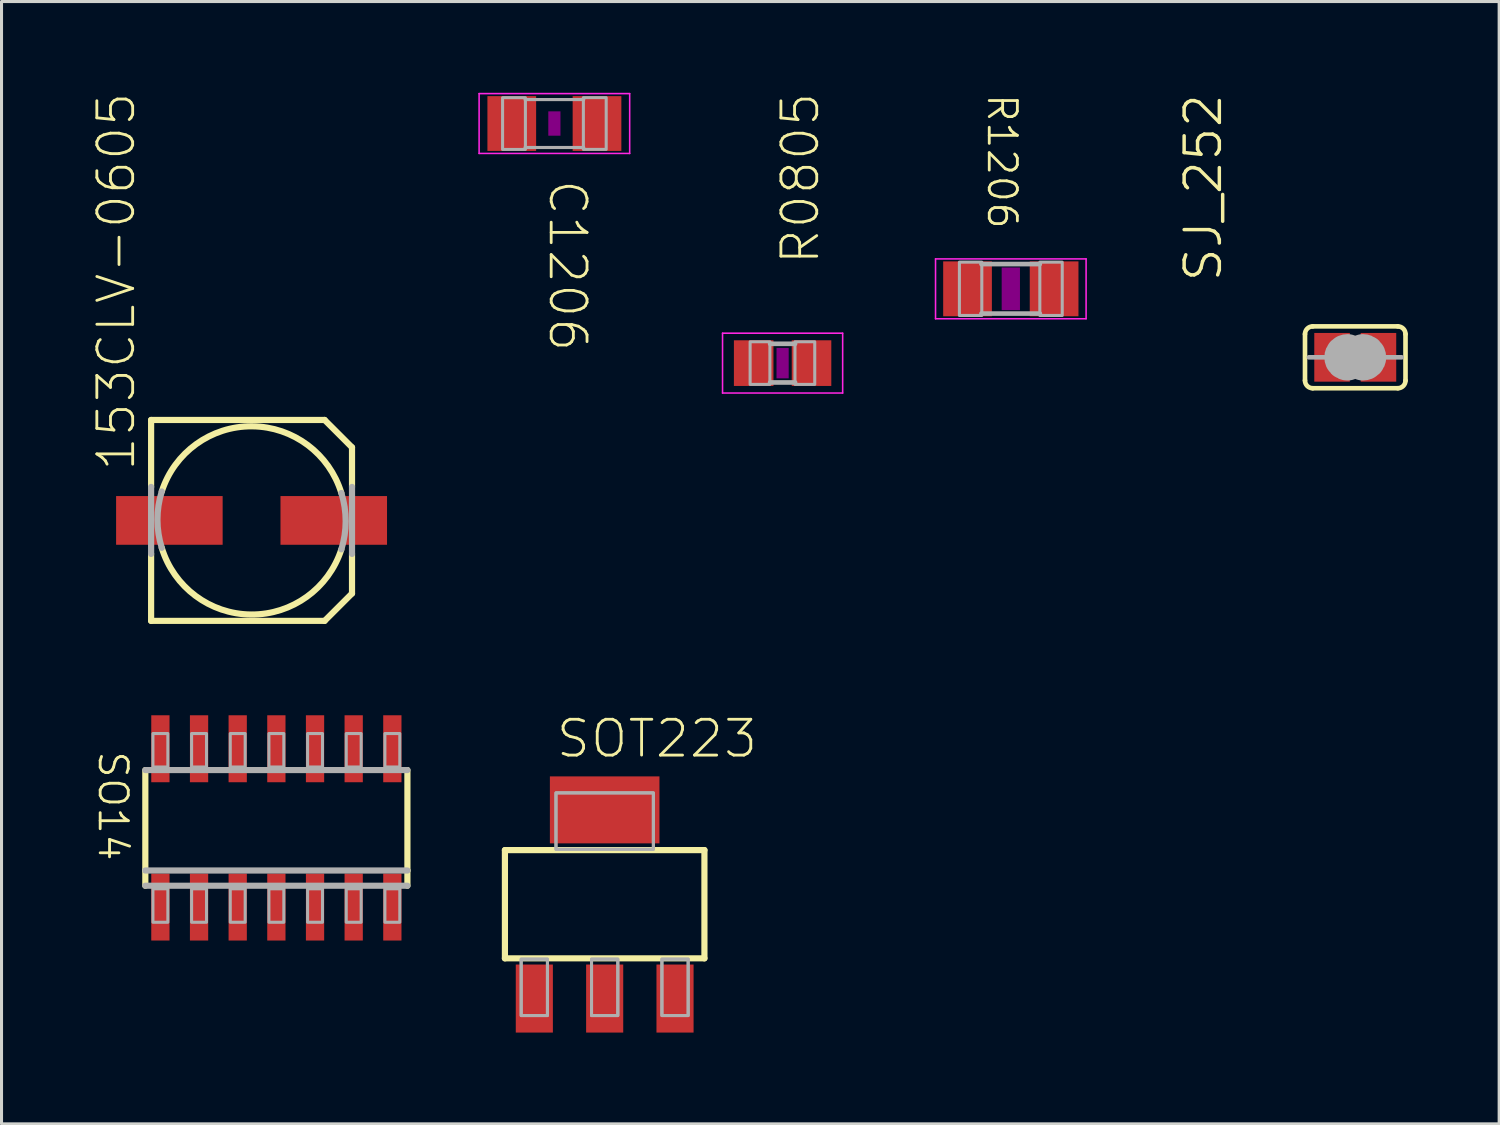
<source format=kicad_pcb>
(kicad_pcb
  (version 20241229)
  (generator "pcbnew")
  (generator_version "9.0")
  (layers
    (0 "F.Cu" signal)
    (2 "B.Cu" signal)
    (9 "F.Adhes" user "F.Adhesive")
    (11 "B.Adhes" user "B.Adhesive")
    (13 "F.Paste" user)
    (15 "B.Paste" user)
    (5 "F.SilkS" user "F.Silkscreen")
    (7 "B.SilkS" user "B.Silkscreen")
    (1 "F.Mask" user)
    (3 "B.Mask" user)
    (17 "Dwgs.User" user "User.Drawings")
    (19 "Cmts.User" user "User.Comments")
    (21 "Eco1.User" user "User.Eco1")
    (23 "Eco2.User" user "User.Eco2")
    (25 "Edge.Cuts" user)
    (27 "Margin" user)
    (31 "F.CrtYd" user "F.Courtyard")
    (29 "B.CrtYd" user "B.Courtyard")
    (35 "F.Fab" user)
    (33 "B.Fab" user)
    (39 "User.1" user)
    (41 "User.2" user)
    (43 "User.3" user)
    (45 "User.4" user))
  (footprint "SJ_252"
    (layer "F.Cu")
    (at 41.471 8.688)
    (property "Reference" "SJ_252" (at -4.318 -2.413 90) (unlocked yes) (layer "F.SilkS") (effects (font (size 1.156 1.156) (thickness 0.114)) (justify left bottom)))
    (fp_poly (pts (xy -0.076 0.914) (xy 0.076 0.914) (xy 0.076 -0.914) (xy -0.076 -0.914)) (stroke (width 0) (type default)) (fill yes) (layer "F.Mask"))
    (fp_line (start -1.651 0.762) (end -1.651 -0.762) (stroke (width 0.152) (type solid)) (layer "F.SilkS"))
    (fp_line (start -1.397 -1.016) (end 1.397 -1.016) (stroke (width 0.152) (type solid)) (layer "F.SilkS"))
    (fp_line (start 1.397 1.016) (end -1.397 1.016) (stroke (width 0.152) (type solid)) (layer "F.SilkS"))
    (fp_line (start 1.651 0.762) (end 1.651 -0.762) (stroke (width 0.152) (type solid)) (layer "F.SilkS"))
    (fp_arc (start -1.651 -0.762) (mid -1.576605 -0.941605) (end -1.397 -1.016) (stroke (width 0.1524) (type solid)) (layer "F.SilkS"))
    (fp_arc (start -1.397 1.016) (mid -1.576605 0.941605) (end -1.651 0.762) (stroke (width 0.1524) (type solid)) (layer "F.SilkS"))
    (fp_arc (start 1.397 -1.016) (mid 1.576605 -0.941605) (end 1.651 -0.762) (stroke (width 0.1524) (type solid)) (layer "F.SilkS"))
    (fp_arc (start 1.651 0.762) (mid 1.576605 0.941605) (end 1.397 1.016) (stroke (width 0.1524) (type solid)) (layer "F.SilkS"))
    (fp_line (start -1.016 0) (end -1.524 0) (stroke (width 0.152) (type solid)) (layer "F.Fab"))
    (fp_line (start 1.016 0) (end 1.524 0) (stroke (width 0.152) (type solid)) (layer "F.Fab"))
    (fp_arc (start -0.254 0.127) (mid -0.381 0) (end -0.254 -0.127) (stroke (width 1.27) (type solid)) (layer "F.Fab"))
    (fp_arc (start 0.254 -0.127) (mid 0.381 0) (end 0.254 0.127) (stroke (width 1.27) (type solid)) (layer "F.Fab"))
    (pad "1" smd rect (at -0.762 0 180) (size 1.168 1.6) (layers "F.Cu" "F.Mask" "F.Paste"))
    (pad "2" smd rect (at 0.762 0 180) (size 1.168 1.6) (layers "F.Cu" "F.Mask" "F.Paste")))
  (footprint "R0805"
    (layer "F.Cu")
    (at 22.659 8.879)
    (property "Reference" "R0805" (at 1.27 -3.175 90) (unlocked yes) (layer "F.SilkS") (effects (font (size 1.177 1.177) (thickness 0.093)) (justify left bottom)))
    (fp_poly (pts (xy -0.2 0.5) (xy 0.2 0.5) (xy 0.2 -0.5) (xy -0.2 -0.5)) (stroke (width 0) (type default)) (fill yes) (layer "F.Adhes"))
    (fp_line (start -1.973 -0.983) (end 1.973 -0.983) (stroke (width 0.051) (type solid)) (layer "F.CrtYd"))
    (fp_line (start -1.973 0.983) (end -1.973 -0.983) (stroke (width 0.051) (type solid)) (layer "F.CrtYd"))
    (fp_line (start 1.973 -0.983) (end 1.973 0.983) (stroke (width 0.051) (type solid)) (layer "F.CrtYd"))
    (fp_line (start 1.973 0.983) (end -1.973 0.983) (stroke (width 0.051) (type solid)) (layer "F.CrtYd"))
    (fp_line (start -0.41 -0.635) (end 0.41 -0.635) (stroke (width 0.152) (type solid)) (layer "F.Fab"))
    (fp_line (start -0.41 0.635) (end 0.41 0.635) (stroke (width 0.152) (type solid)) (layer "F.Fab"))
    (fp_poly (pts (xy -1.067 0.699) (xy -0.417 0.699) (xy -0.417 -0.702) (xy -1.067 -0.702)) (stroke (width 0.1) (type default)) (fill no) (layer "F.Fab"))
    (fp_poly (pts (xy 0.406 0.699) (xy 1.056 0.699) (xy 1.056 -0.702) (xy 0.406 -0.702)) (stroke (width 0.1) (type default)) (fill no) (layer "F.Fab"))
    (pad "1" smd rect (at -0.95 0) (size 1.3 1.5) (layers "F.Cu" "F.Mask" "F.Paste"))
    (pad "2" smd rect (at 0.95 0) (size 1.3 1.5) (layers "F.Cu" "F.Mask" "F.Paste")))
  (footprint "153CLV-0605"
    (layer "F.Cu")
    (at 5.214 14.046)
    (property "Reference" "153CLV-0605" (at -3.757 -1.563 90) (unlocked yes) (layer "F.SilkS") (effects (font (size 1.177 1.177) (thickness 0.093)) (justify left bottom)))
    (fp_line (start -3.3 -3.3) (end 2.4 -3.3) (stroke (width 0.203) (type solid)) (layer "F.SilkS"))
    (fp_line (start -3.3 -1.1) (end -3.3 -3.3) (stroke (width 0.203) (type solid)) (layer "F.SilkS"))
    (fp_line (start -3.3 3.3) (end -3.3 1.1) (stroke (width 0.203) (type solid)) (layer "F.SilkS"))
    (fp_line (start 2.4 -3.3) (end 3.3 -2.4) (stroke (width 0.203) (type solid)) (layer "F.SilkS"))
    (fp_line (start 2.4 3.3) (end -3.3 3.3) (stroke (width 0.203) (type solid)) (layer "F.SilkS"))
    (fp_line (start 3.3 -2.4) (end 3.3 -1.1) (stroke (width 0.203) (type solid)) (layer "F.SilkS"))
    (fp_line (start 3.3 1.1) (end 3.3 2.4) (stroke (width 0.203) (type solid)) (layer "F.SilkS"))
    (fp_line (start 3.3 2.4) (end 2.4 3.3) (stroke (width 0.203) (type solid)) (layer "F.SilkS"))
    (fp_arc (start -2.95 -0.95) (mid 0.018362 -3.091623) (end 2.950002 -0.900001) (stroke (width 0.2032) (type solid)) (layer "F.SilkS"))
    (fp_arc (start 2.949998 0.949999) (mid -0.018362 3.09162) (end -2.95 0.9) (stroke (width 0.2032) (type solid)) (layer "F.SilkS"))
    (fp_line (start -3.3 1.1) (end -3.3 -1.1) (stroke (width 0.203) (type solid)) (layer "F.Fab"))
    (fp_line (start 3.3 -1.1) (end 3.3 1.1) (stroke (width 0.203) (type solid)) (layer "F.Fab"))
    (fp_arc (start -2.95 0.9) (mid -3.091622 -0.025) (end -2.95 -0.95) (stroke (width 0.2032) (type solid)) (layer "F.Fab"))
    (fp_arc (start 2.95 -0.9) (mid 3.091622 0.025) (end 2.95 0.95) (stroke (width 0.2032) (type solid)) (layer "F.Fab"))
    (pad "+" smd rect (at 2.7 0) (size 3.5 1.6) (layers "F.Cu" "F.Mask" "F.Paste"))
    (pad "-" smd rect (at -2.7 0) (size 3.5 1.6) (layers "F.Cu" "F.Mask" "F.Paste")))
  (footprint "C1206"
    (layer "F.Cu")
    (at 15.162 1.008)
    (property "Reference" "C1206" (at -0.254 1.778 270) (unlocked yes) (layer "F.SilkS") (effects (font (size 1.177 1.177) (thickness 0.093)) (justify left bottom)))
    (fp_poly (pts (xy -0.2 0.4) (xy 0.2 0.4) (xy 0.2 -0.4) (xy -0.2 -0.4)) (stroke (width 0) (type default)) (fill yes) (layer "F.Adhes"))
    (fp_line (start -2.473 -0.983) (end 2.473 -0.983) (stroke (width 0.051) (type solid)) (layer "F.CrtYd"))
    (fp_line (start -2.473 0.983) (end -2.473 -0.983) (stroke (width 0.051) (type solid)) (layer "F.CrtYd"))
    (fp_line (start 2.473 -0.983) (end 2.473 0.983) (stroke (width 0.051) (type solid)) (layer "F.CrtYd"))
    (fp_line (start 2.473 0.983) (end -2.473 0.983) (stroke (width 0.051) (type solid)) (layer "F.CrtYd"))
    (fp_line (start -0.965 -0.787) (end 0.965 -0.787) (stroke (width 0.102) (type solid)) (layer "F.Fab"))
    (fp_line (start -0.965 0.787) (end 0.965 0.787) (stroke (width 0.102) (type solid)) (layer "F.Fab"))
    (fp_poly (pts (xy -1.702 0.851) (xy -0.952 0.851) (xy -0.952 -0.849) (xy -1.702 -0.849)) (stroke (width 0.1) (type default)) (fill no) (layer "F.Fab"))
    (fp_poly (pts (xy 0.952 0.849) (xy 1.702 0.849) (xy 1.702 -0.851) (xy 0.952 -0.851)) (stroke (width 0.1) (type default)) (fill no) (layer "F.Fab"))
    (pad "1" smd rect (at -1.4 0) (size 1.6 1.8) (layers "F.Cu" "F.Mask" "F.Paste"))
    (pad "2" smd rect (at 1.4 0) (size 1.6 1.8) (layers "F.Cu" "F.Mask" "F.Paste")))
  (footprint "R1206"
    (layer "F.Cu")
    (at 30.156 6.438)
    (property "Reference" "R1206" (at 0.254 -1.905 270) (unlocked yes) (layer "F.SilkS") (effects (font (size 0.923 0.923) (thickness 0.093)) (justify right top)))
    (fp_poly (pts (xy -0.3 0.7) (xy 0.3 0.7) (xy 0.3 -0.7) (xy -0.3 -0.7)) (stroke (width 0) (type default)) (fill yes) (layer "F.Adhes"))
    (fp_line (start -2.473 -0.983) (end 2.473 -0.983) (stroke (width 0.051) (type solid)) (layer "F.CrtYd"))
    (fp_line (start -2.473 0.983) (end -2.473 -0.983) (stroke (width 0.051) (type solid)) (layer "F.CrtYd"))
    (fp_line (start 2.473 -0.983) (end 2.473 0.983) (stroke (width 0.051) (type solid)) (layer "F.CrtYd"))
    (fp_line (start 2.473 0.983) (end -2.473 0.983) (stroke (width 0.051) (type solid)) (layer "F.CrtYd"))
    (fp_line (start 0.953 -0.813) (end -0.965 -0.813) (stroke (width 0.152) (type solid)) (layer "F.Fab"))
    (fp_line (start 0.953 0.813) (end -0.965 0.813) (stroke (width 0.152) (type solid)) (layer "F.Fab"))
    (fp_poly (pts (xy -1.689 0.876) (xy -0.953 0.876) (xy -0.953 -0.876) (xy -1.689 -0.876)) (stroke (width 0.1) (type default)) (fill no) (layer "F.Fab"))
    (fp_poly (pts (xy 0.953 0.876) (xy 1.689 0.876) (xy 1.689 -0.876) (xy 0.953 -0.876)) (stroke (width 0.1) (type default)) (fill no) (layer "F.Fab"))
    (pad "1" smd rect (at -1.422 0) (size 1.6 1.803) (layers "F.Cu" "F.Mask" "F.Paste"))
    (pad "2" smd rect (at 1.422 0) (size 1.6 1.803) (layers "F.Cu" "F.Mask" "F.Paste")))
  (footprint "SO14"
    (layer "F.Cu")
    (at 6.029 24.147)
    (property "Reference" "SO14" (at -4.826 1.143 270) (unlocked yes) (layer "F.SilkS") (effects (font (size 0.923 0.923) (thickness 0.093)) (justify right top)))
    (fp_line (start -4.305 1.4) (end -4.305 -1.9) (stroke (width 0.203) (type solid)) (layer "F.SilkS"))
    (fp_line (start -4.305 1.9) (end -4.305 1.4) (stroke (width 0.203) (type solid)) (layer "F.SilkS"))
    (fp_line (start 4.305 -1.9) (end 4.305 1.4) (stroke (width 0.203) (type solid)) (layer "F.SilkS"))
    (fp_line (start 4.305 1.4) (end 4.305 1.9) (stroke (width 0.203) (type solid)) (layer "F.SilkS"))
    (fp_line (start -4.305 -1.9) (end 4.305 -1.9) (stroke (width 0.203) (type solid)) (layer "F.Fab"))
    (fp_line (start 4.305 1.4) (end -4.305 1.4) (stroke (width 0.203) (type solid)) (layer "F.Fab"))
    (fp_line (start 4.305 1.9) (end -4.305 1.9) (stroke (width 0.203) (type solid)) (layer "F.Fab"))
    (fp_poly (pts (xy -4.055 -2) (xy -3.565 -2) (xy -3.565 -3.1) (xy -4.055 -3.1)) (stroke (width 0.1) (type default)) (fill no) (layer "F.Fab"))
    (fp_poly (pts (xy -4.055 3.1) (xy -3.565 3.1) (xy -3.565 2) (xy -4.055 2)) (stroke (width 0.1) (type default)) (fill no) (layer "F.Fab"))
    (fp_poly (pts (xy -2.785 -2) (xy -2.295 -2) (xy -2.295 -3.1) (xy -2.785 -3.1)) (stroke (width 0.1) (type default)) (fill no) (layer "F.Fab"))
    (fp_poly (pts (xy -2.785 3.1) (xy -2.295 3.1) (xy -2.295 2) (xy -2.785 2)) (stroke (width 0.1) (type default)) (fill no) (layer "F.Fab"))
    (fp_poly (pts (xy -1.515 -2) (xy -1.025 -2) (xy -1.025 -3.1) (xy -1.515 -3.1)) (stroke (width 0.1) (type default)) (fill no) (layer "F.Fab"))
    (fp_poly (pts (xy -1.515 3.1) (xy -1.025 3.1) (xy -1.025 2) (xy -1.515 2)) (stroke (width 0.1) (type default)) (fill no) (layer "F.Fab"))
    (fp_poly (pts (xy -0.245 -2) (xy 0.245 -2) (xy 0.245 -3.1) (xy -0.245 -3.1)) (stroke (width 0.1) (type default)) (fill no) (layer "F.Fab"))
    (fp_poly (pts (xy -0.245 3.1) (xy 0.245 3.1) (xy 0.245 2) (xy -0.245 2)) (stroke (width 0.1) (type default)) (fill no) (layer "F.Fab"))
    (fp_poly (pts (xy 1.025 -2) (xy 1.515 -2) (xy 1.515 -3.1) (xy 1.025 -3.1)) (stroke (width 0.1) (type default)) (fill no) (layer "F.Fab"))
    (fp_poly (pts (xy 1.515 2) (xy 1.025 2) (xy 1.025 3.1) (xy 1.515 3.1)) (stroke (width 0.1) (type default)) (fill no) (layer "F.Fab"))
    (fp_poly (pts (xy 2.295 -2) (xy 2.785 -2) (xy 2.785 -3.1) (xy 2.295 -3.1)) (stroke (width 0.1) (type default)) (fill no) (layer "F.Fab"))
    (fp_poly (pts (xy 2.785 2) (xy 2.295 2) (xy 2.295 3.1) (xy 2.785 3.1)) (stroke (width 0.1) (type default)) (fill no) (layer "F.Fab"))
    (fp_poly (pts (xy 3.565 -2) (xy 4.055 -2) (xy 4.055 -3.1) (xy 3.565 -3.1)) (stroke (width 0.1) (type default)) (fill no) (layer "F.Fab"))
    (fp_poly (pts (xy 4.055 2) (xy 3.565 2) (xy 3.565 3.1) (xy 4.055 3.1)) (stroke (width 0.1) (type default)) (fill no) (layer "F.Fab"))
    (pad "1" smd rect (at -3.81 2.6) (size 0.6 2.2) (layers "F.Cu" "F.Mask" "F.Paste"))
    (pad "2" smd rect (at -2.54 2.6) (size 0.6 2.2) (layers "F.Cu" "F.Mask" "F.Paste"))
    (pad "3" smd rect (at -1.27 2.6) (size 0.6 2.2) (layers "F.Cu" "F.Mask" "F.Paste"))
    (pad "4" smd rect (at 0 2.6) (size 0.6 2.2) (layers "F.Cu" "F.Mask" "F.Paste"))
    (pad "5" smd rect (at 1.27 2.6 180) (size 0.6 2.2) (layers "F.Cu" "F.Mask" "F.Paste"))
    (pad "6" smd rect (at 2.54 2.6 180) (size 0.6 2.2) (layers "F.Cu" "F.Mask" "F.Paste"))
    (pad "7" smd rect (at 3.81 2.6 180) (size 0.6 2.2) (layers "F.Cu" "F.Mask" "F.Paste"))
    (pad "8" smd rect (at 3.81 -2.6) (size 0.6 2.2) (layers "F.Cu" "F.Mask" "F.Paste"))
    (pad "9" smd rect (at 2.54 -2.6) (size 0.6 2.2) (layers "F.Cu" "F.Mask" "F.Paste"))
    (pad "10" smd rect (at 1.27 -2.6) (size 0.6 2.2) (layers "F.Cu" "F.Mask" "F.Paste"))
    (pad "11" smd rect (at 0 -2.6) (size 0.6 2.2) (layers "F.Cu" "F.Mask" "F.Paste"))
    (pad "12" smd rect (at -1.27 -2.6) (size 0.6 2.2) (layers "F.Cu" "F.Mask" "F.Paste"))
    (pad "13" smd rect (at -2.54 -2.6) (size 0.6 2.2) (layers "F.Cu" "F.Mask" "F.Paste"))
    (pad "14" smd rect (at -3.81 -2.6) (size 0.6 2.2) (layers "F.Cu" "F.Mask" "F.Paste")))
  (footprint "SOT223"
    (layer "F.Cu")
    (at 16.814 26.654)
    (property "Reference" "SOT223" (at -1.651 -4.75 0) (unlocked yes) (layer "F.SilkS") (effects (font (size 1.177 1.177) (thickness 0.093)) (justify left bottom)))
    (fp_line (start -3.277 -1.778) (end 3.277 -1.778) (stroke (width 0.203) (type solid)) (layer "F.SilkS"))
    (fp_line (start -3.277 1.778) (end -3.277 -1.778) (stroke (width 0.203) (type solid)) (layer "F.SilkS"))
    (fp_line (start 3.277 -1.778) (end 3.277 1.778) (stroke (width 0.203) (type solid)) (layer "F.SilkS"))
    (fp_line (start 3.277 1.778) (end -3.277 1.778) (stroke (width 0.203) (type solid)) (layer "F.SilkS"))
    (fp_poly (pts (xy -2.743 3.658) (xy -1.88 3.658) (xy -1.88 1.803) (xy -2.743 1.803)) (stroke (width 0.1) (type default)) (fill no) (layer "F.Fab"))
    (fp_poly (pts (xy -2.743 3.658) (xy -1.88 3.658) (xy -1.88 1.803) (xy -2.743 1.803)) (stroke (width 0.1) (type default)) (fill no) (layer "F.Fab"))
    (fp_poly (pts (xy -1.6 -1.803) (xy 1.6 -1.803) (xy 1.6 -3.658) (xy -1.6 -3.658)) (stroke (width 0.1) (type default)) (fill no) (layer "F.Fab"))
    (fp_poly (pts (xy -1.6 -1.803) (xy 1.6 -1.803) (xy 1.6 -3.658) (xy -1.6 -3.658)) (stroke (width 0.1) (type default)) (fill no) (layer "F.Fab"))
    (fp_poly (pts (xy -0.432 3.658) (xy 0.432 3.658) (xy 0.432 1.803) (xy -0.432 1.803)) (stroke (width 0.1) (type default)) (fill no) (layer "F.Fab"))
    (fp_poly (pts (xy -0.432 3.658) (xy 0.432 3.658) (xy 0.432 1.803) (xy -0.432 1.803)) (stroke (width 0.1) (type default)) (fill no) (layer "F.Fab"))
    (fp_poly (pts (xy 1.88 3.658) (xy 2.743 3.658) (xy 2.743 1.803) (xy 1.88 1.803)) (stroke (width 0.1) (type default)) (fill no) (layer "F.Fab"))
    (fp_poly (pts (xy 1.88 3.658) (xy 2.743 3.658) (xy 2.743 1.803) (xy 1.88 1.803)) (stroke (width 0.1) (type default)) (fill no) (layer "F.Fab"))
    (pad "1" smd rect (at -2.311 3.099) (size 1.219 2.235) (layers "F.Cu" "F.Mask" "F.Paste"))
    (pad "2" smd rect (at 0 3.099) (size 1.219 2.235) (layers "F.Cu" "F.Mask" "F.Paste"))
    (pad "3" smd rect (at 2.311 3.099) (size 1.219 2.235) (layers "F.Cu" "F.Mask" "F.Paste"))
    (pad "4" smd rect (at 0 -3.099) (size 3.6 2.2) (layers "F.Cu" "F.Mask" "F.Paste")))
  (gr_rect
    (start -3 -3)
    (end 46.198 33.87)
    (stroke (width 0.1) (type default))
    (fill no)
    (layer "Edge.Cuts")))
</source>
